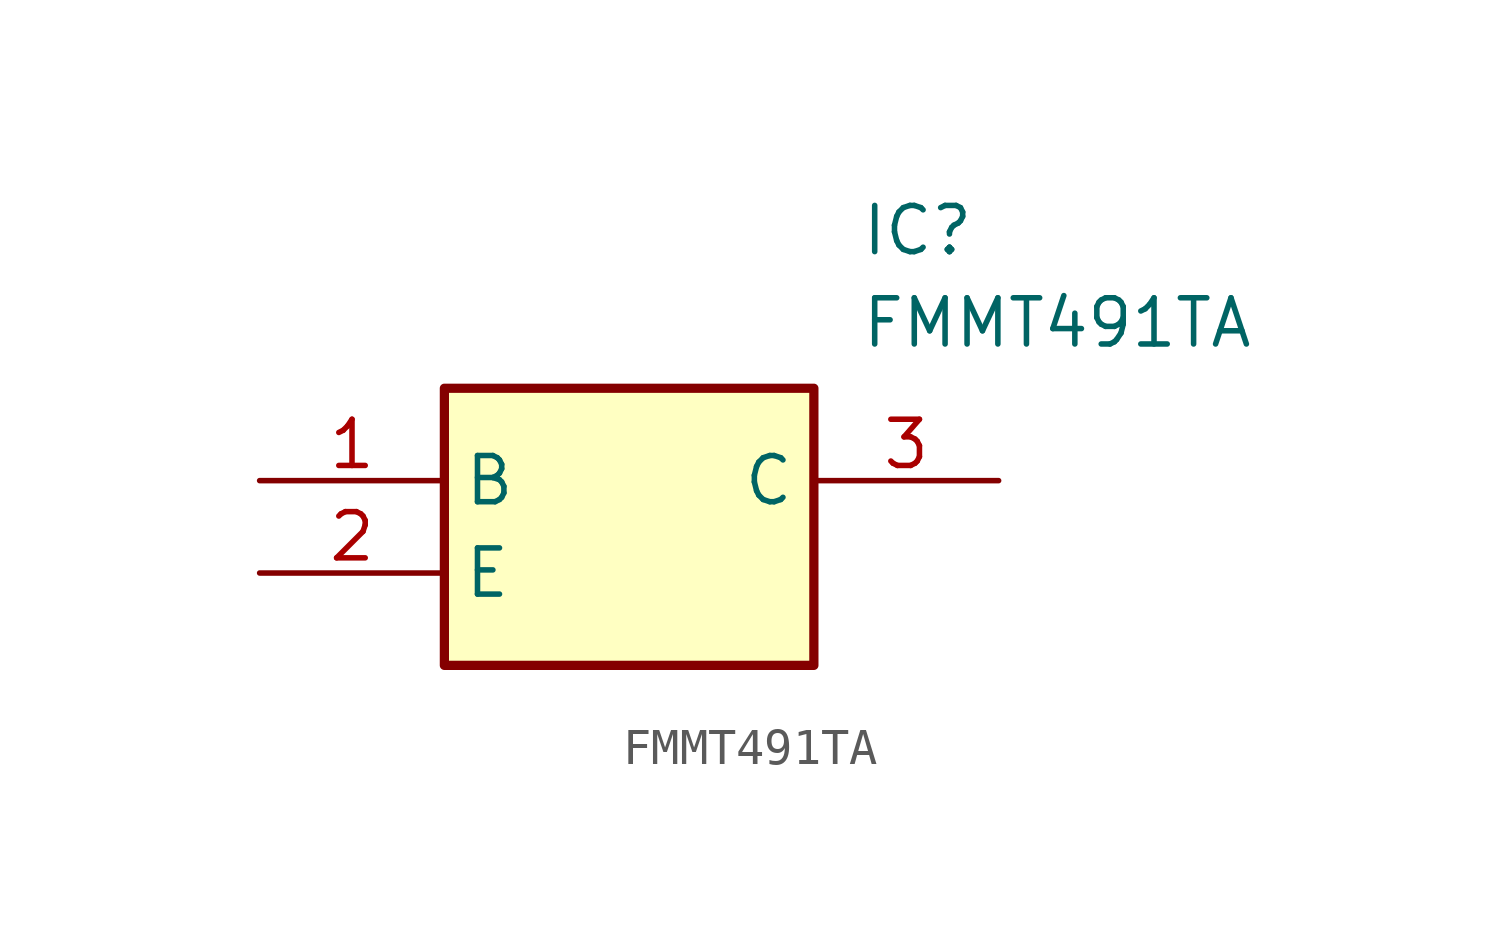
<source format=kicad_sym>
(kicad_symbol_lib
  (version 20211014)
  (generator SamacSys_ECAD_Model)
  (symbol "FMMT491TA"
    (property "Reference" "IC"
      (at 16.51 7.62 0)
      (effects (font (size 1.27 1.27)) (justify left top)))
    (property "Value" "FMMT491TA"
      (at 16.51 5.08 0)
      (effects (font (size 1.27 1.27)) (justify left top)))
    (rectangle
      (start 5.08 2.54)
      (end 15.24 -5.08)
      (stroke (width 0.254) (type default))
      (fill (type background)))
    (pin passive line
      (at 0 0 0)
      (length 5.08)
      (name "B" (effects (font (size 1.27 1.27))))
      (number "1" (effects (font (size 1.27 1.27)))))
    (pin passive line
      (at 0 -2.54 0)
      (length 5.08)
      (name "E" (effects (font (size 1.27 1.27))))
      (number "2" (effects (font (size 1.27 1.27)))))
    (pin passive line
      (at 20.32 0 180)
      (length 5.08)
      (name "C" (effects (font (size 1.27 1.27))))
      (number "3" (effects (font (size 1.27 1.27)))))))
</source>
